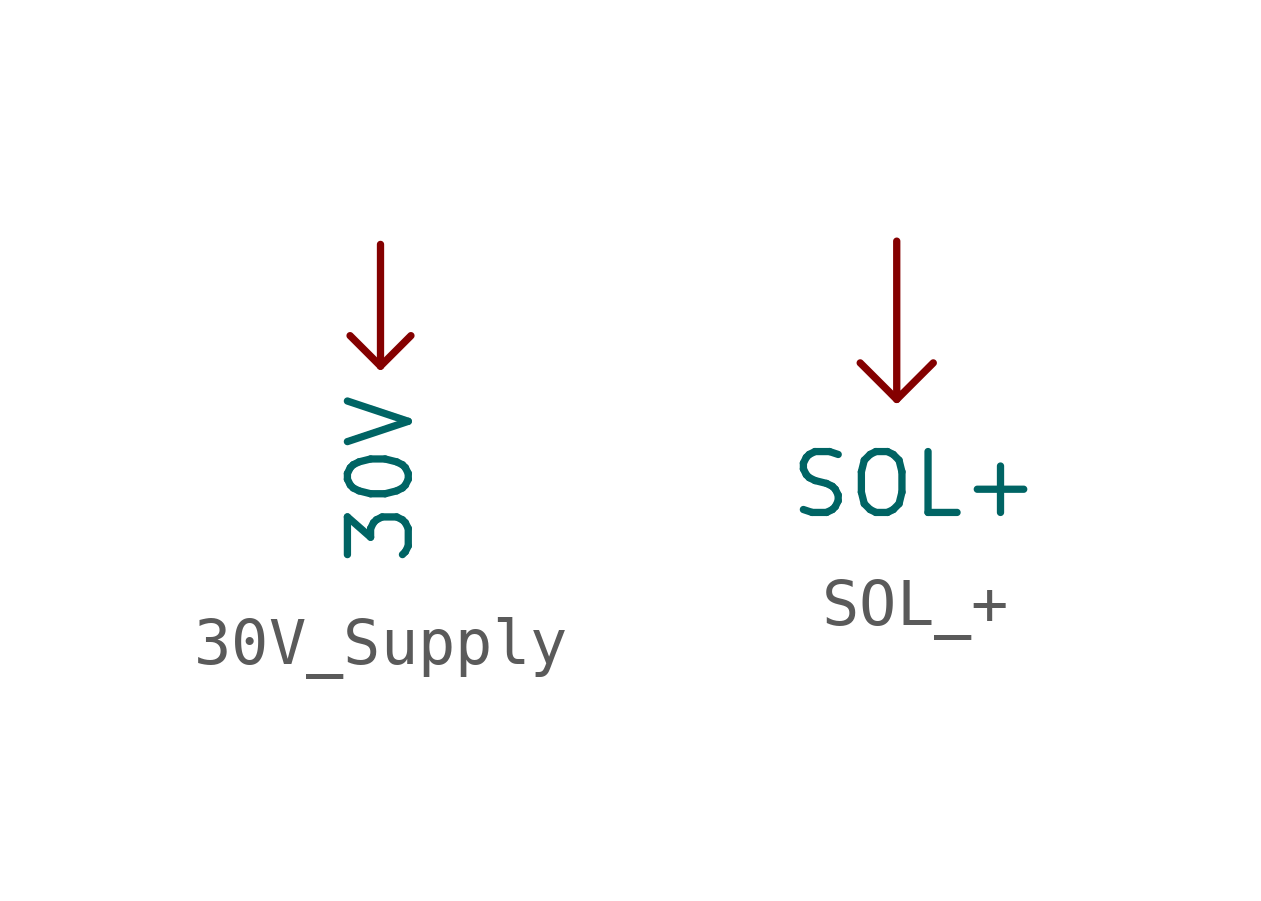
<source format=kicad_sym>
(kicad_symbol_lib
  (version 20220914)
  (generator kicad_symbol_editor)
  (symbol "30V_Supply"
    (property "Reference" "U"
      (at 0 0 0)
      (effects (font (size 1.27 1.27)) hide))
    (property "Value" ""
      (at 0 0 0)
      (effects (font (size 1.27 1.27))))
    (symbol "30V_Supply_0_1"
      (polyline (pts (xy 0 -2.54) (xy -0.635 -1.905)) (stroke (width 0) (type default)) (fill (type none)))
      (polyline (pts (xy 0 -2.54) (xy 0.635 -1.905)) (stroke (width 0) (type default)) (fill (type none))))
    (symbol "30V_Supply_1_1"
      (pin input line (at 0 0 270) (length 2.54) (name "30V" (effects (font (size 1.27 1.27)))) (number "" (effects (font (size 1.27 1.27)))))))
  (symbol "SOL_+"
    (property "Reference" "U"
      (at 0 0 0)
      (effects (font (size 1.27 1.27)) hide))
    (property "Value" "SOL+"
      (at 0.381 -5.08 0)
      (effects (font (size 1.27 1.27))))
    (symbol "SOL_+_0_1"
      (polyline (pts (xy 0 0) (xy 0 -3.302) (xy 0.762 -2.54)) (stroke (width 0) (type default)) (fill (type none))))
    (symbol "SOL_+_1_1"
      (polyline (pts (xy 0 -3.302) (xy -0.762 -2.54)) (stroke (width 0) (type default)) (fill (type none)))
      (pin power_in line (at 0 0 270) (length 0) hide (name "SOL_+" (effects (font (size 1.27 1.27)))) (number "" (effects (font (size 1.27 1.27))))))))
</source>
